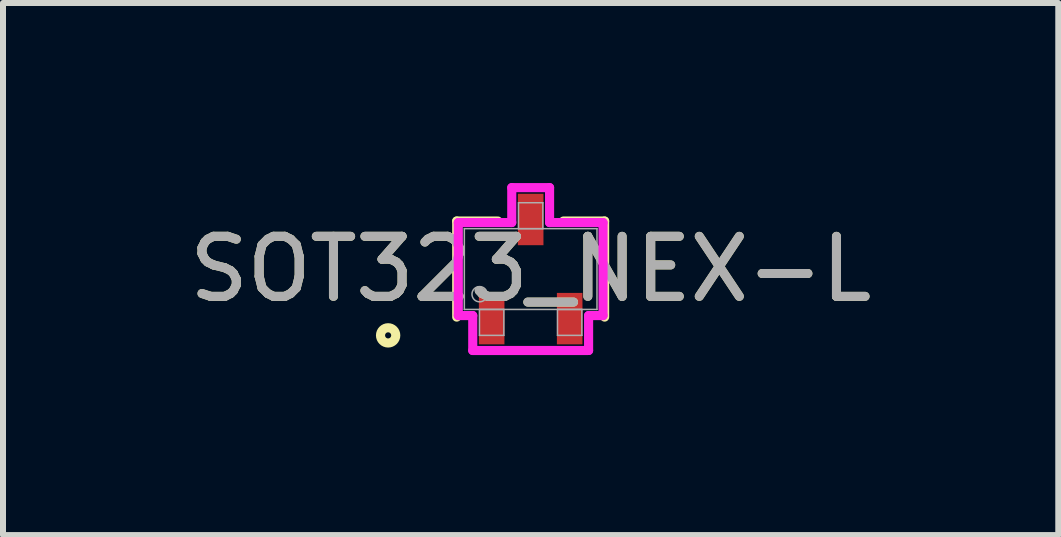
<source format=kicad_pcb>
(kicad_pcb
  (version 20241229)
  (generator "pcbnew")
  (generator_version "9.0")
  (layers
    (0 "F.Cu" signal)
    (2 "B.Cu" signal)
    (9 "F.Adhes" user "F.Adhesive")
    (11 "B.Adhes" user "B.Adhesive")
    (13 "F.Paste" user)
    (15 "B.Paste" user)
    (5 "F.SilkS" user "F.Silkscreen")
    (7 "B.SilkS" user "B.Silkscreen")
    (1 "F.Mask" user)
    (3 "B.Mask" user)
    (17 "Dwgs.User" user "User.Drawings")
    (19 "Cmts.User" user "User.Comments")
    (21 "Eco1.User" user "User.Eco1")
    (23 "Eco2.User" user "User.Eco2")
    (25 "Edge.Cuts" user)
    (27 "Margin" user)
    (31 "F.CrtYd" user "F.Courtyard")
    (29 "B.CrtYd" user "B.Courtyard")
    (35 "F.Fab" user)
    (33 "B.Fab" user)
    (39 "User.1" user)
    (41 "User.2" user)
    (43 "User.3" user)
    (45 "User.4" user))
  (footprint "SOT323_NEX-L"
    (layer "F.Cu")
    (at 5.792 1.433)
    (property "Reference" "SOT323_NEX-L" (at 0 0 0) (unlocked yes) (layer "F.SilkS") (effects (font (size 1 1) (thickness 0.15))))
    (attr smd)
    (fp_line (start -1.232 -0.8) (end -1.232 0.8) (stroke (width 0.152) (type solid)) (layer "F.SilkS"))
    (fp_line (start -0.546 -0.8) (end -1.232 -0.8) (stroke (width 0.152) (type solid)) (layer "F.SilkS"))
    (fp_line (start 1.232 -0.8) (end 0.546 -0.8) (stroke (width 0.152) (type solid)) (layer "F.SilkS"))
    (fp_line (start 1.232 0.8) (end 1.232 -0.8) (stroke (width 0.152) (type solid)) (layer "F.SilkS"))
    (fp_circle (center -2.375 1.105) (end -2.248 1.105) (stroke (width 0.152) (type solid)) (fill no) (layer "F.SilkS"))
    (fp_line (start -1.206 -0.775) (end -0.315 -0.775) (stroke (width 0.152) (type solid)) (layer "F.CrtYd"))
    (fp_line (start -1.206 0.775) (end -1.206 -0.775) (stroke (width 0.152) (type solid)) (layer "F.CrtYd"))
    (fp_line (start -1.206 0.775) (end -0.965 0.775) (stroke (width 0.152) (type solid)) (layer "F.CrtYd"))
    (fp_line (start -0.965 0.775) (end -0.965 1.357) (stroke (width 0.152) (type solid)) (layer "F.CrtYd"))
    (fp_line (start -0.965 1.357) (end 0.965 1.357) (stroke (width 0.152) (type solid)) (layer "F.CrtYd"))
    (fp_line (start -0.315 -1.357) (end 0.315 -1.357) (stroke (width 0.152) (type solid)) (layer "F.CrtYd"))
    (fp_line (start -0.315 -0.775) (end -0.315 -1.357) (stroke (width 0.152) (type solid)) (layer "F.CrtYd"))
    (fp_line (start 0.315 -0.775) (end 0.315 -1.357) (stroke (width 0.152) (type solid)) (layer "F.CrtYd"))
    (fp_line (start 0.965 0.775) (end 0.965 1.357) (stroke (width 0.152) (type solid)) (layer "F.CrtYd"))
    (fp_line (start 1.206 -0.775) (end 0.315 -0.775) (stroke (width 0.152) (type solid)) (layer "F.CrtYd"))
    (fp_line (start 1.206 -0.775) (end 1.206 0.775) (stroke (width 0.152) (type solid)) (layer "F.CrtYd"))
    (fp_line (start 1.206 0.775) (end 0.965 0.775) (stroke (width 0.152) (type solid)) (layer "F.CrtYd"))
    (fp_line (start -1.105 -0.673) (end -1.105 0.673) (stroke (width 0.025) (type solid)) (layer "F.Fab"))
    (fp_line (start -1.105 0.673) (end 1.105 0.673) (stroke (width 0.025) (type solid)) (layer "F.Fab"))
    (fp_line (start -0.853 0.673) (end -0.853 1.105) (stroke (width 0.025) (type solid)) (layer "F.Fab"))
    (fp_line (start -0.853 1.105) (end -0.447 1.105) (stroke (width 0.025) (type solid)) (layer "F.Fab"))
    (fp_line (start -0.447 0.673) (end -0.853 0.673) (stroke (width 0.025) (type solid)) (layer "F.Fab"))
    (fp_line (start -0.447 1.105) (end -0.447 0.673) (stroke (width 0.025) (type solid)) (layer "F.Fab"))
    (fp_line (start -0.203 -1.105) (end -0.203 -0.673) (stroke (width 0.025) (type solid)) (layer "F.Fab"))
    (fp_line (start -0.203 -0.673) (end 0.203 -0.673) (stroke (width 0.025) (type solid)) (layer "F.Fab"))
    (fp_line (start 0.203 -1.105) (end -0.203 -1.105) (stroke (width 0.025) (type solid)) (layer "F.Fab"))
    (fp_line (start 0.203 -0.673) (end 0.203 -1.105) (stroke (width 0.025) (type solid)) (layer "F.Fab"))
    (fp_line (start 0.447 0.673) (end 0.447 1.105) (stroke (width 0.025) (type solid)) (layer "F.Fab"))
    (fp_line (start 0.447 1.105) (end 0.853 1.105) (stroke (width 0.025) (type solid)) (layer "F.Fab"))
    (fp_line (start 0.853 0.673) (end 0.447 0.673) (stroke (width 0.025) (type solid)) (layer "F.Fab"))
    (fp_line (start 0.853 1.105) (end 0.853 0.673) (stroke (width 0.025) (type solid)) (layer "F.Fab"))
    (fp_line (start 1.105 -0.673) (end -1.105 -0.673) (stroke (width 0.025) (type solid)) (layer "F.Fab"))
    (fp_line (start 1.105 0.673) (end 1.105 -0.673) (stroke (width 0.025) (type solid)) (layer "F.Fab"))
    (fp_circle (center -0.851 0.419) (end -0.724 0.419) (stroke (width 0.025) (type solid)) (fill no) (layer "F.Fab"))
    (fp_text user "${REFERENCE}" (at 0 0 0) (unlocked yes) (layer "F.Fab") (effects (font (size 1 1) (thickness 0.15))))
    (pad "1" smd rect (at -0.65 0.826) (size 0.426 0.857) (layers "F.Cu" "F.Mask" "F.Paste"))
    (pad "2" smd rect (at 0.65 0.826) (size 0.426 0.857) (layers "F.Cu" "F.Mask" "F.Paste"))
    (pad "3" smd rect (at 0 -0.826) (size 0.426 0.857) (layers "F.Cu" "F.Mask" "F.Paste")))
  (gr_rect
    (start -3 -3)
    (end 14.583 5.865)
    (stroke (width 0.1) (type default))
    (fill no)
    (layer "Edge.Cuts")))
</source>
